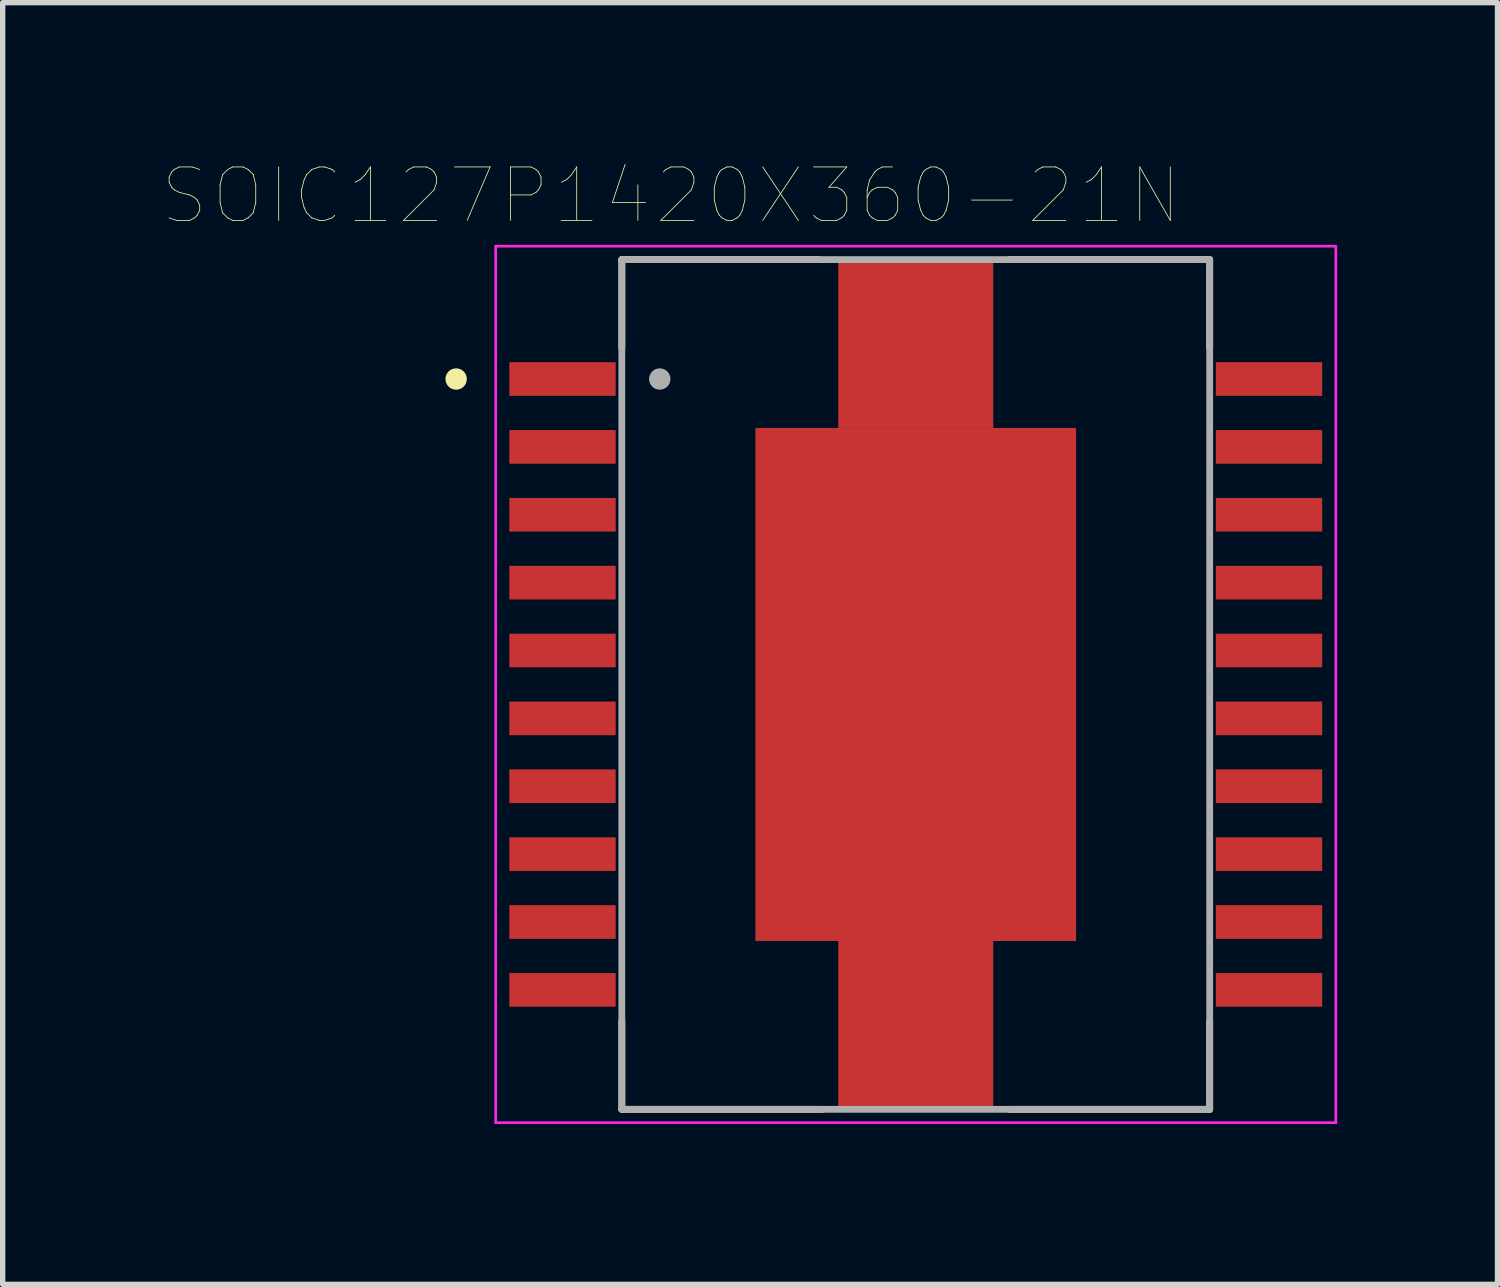
<source format=kicad_pcb>
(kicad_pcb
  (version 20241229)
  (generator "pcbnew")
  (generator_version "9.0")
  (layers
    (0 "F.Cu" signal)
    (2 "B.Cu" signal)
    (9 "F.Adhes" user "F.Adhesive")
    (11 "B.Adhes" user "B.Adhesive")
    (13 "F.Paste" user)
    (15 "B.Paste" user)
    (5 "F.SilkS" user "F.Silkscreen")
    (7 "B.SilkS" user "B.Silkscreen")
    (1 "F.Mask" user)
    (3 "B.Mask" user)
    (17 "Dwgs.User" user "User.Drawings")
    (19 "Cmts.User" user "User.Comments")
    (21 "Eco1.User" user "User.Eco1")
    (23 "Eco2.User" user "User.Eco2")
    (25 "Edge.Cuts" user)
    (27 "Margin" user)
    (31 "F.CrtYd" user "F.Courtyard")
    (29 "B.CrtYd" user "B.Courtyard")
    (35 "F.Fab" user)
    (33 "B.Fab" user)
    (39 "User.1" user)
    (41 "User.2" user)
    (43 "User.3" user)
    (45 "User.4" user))
  (footprint "SOIC127P1420X360-21N"
    (layer "F.Cu")
    (at 14.085 9.757)
    (property "Reference" "SOIC127P1420X360-21N" (at -4.58 -9.145 0) (layer "F.SilkS") (effects (font (size 1.001 1.001) (thickness 0.015))))
    (attr through_hole)
    (fp_line (start -5.5 -7.95) (end -1.8 -7.95) (stroke (width 0.127) (type solid)) (layer "F.SilkS"))
    (fp_line (start -5.5 -6.3) (end -5.5 -7.95) (stroke (width 0.127) (type solid)) (layer "F.SilkS"))
    (fp_line (start -5.5 6.3) (end -5.5 7.95) (stroke (width 0.127) (type solid)) (layer "F.SilkS"))
    (fp_line (start -5.5 7.95) (end -1.75 7.95) (stroke (width 0.127) (type solid)) (layer "F.SilkS"))
    (fp_line (start 1.75 -7.95) (end 5.5 -7.95) (stroke (width 0.127) (type solid)) (layer "F.SilkS"))
    (fp_line (start 1.75 7.95) (end 5.5 7.95) (stroke (width 0.127) (type solid)) (layer "F.SilkS"))
    (fp_line (start 5.5 -7.95) (end 5.5 -6.3) (stroke (width 0.127) (type solid)) (layer "F.SilkS"))
    (fp_line (start 5.5 7.95) (end 5.5 6.3) (stroke (width 0.127) (type solid)) (layer "F.SilkS"))
    (fp_circle (center -8.6 -5.715) (end -8.5 -5.715) (stroke (width 0.2) (type solid)) (fill no) (layer "F.SilkS"))
    (fp_poly (pts (xy -1.903 -3.04) (xy 1.9 -3.04) (xy 1.9 3.045) (xy -1.903 3.045)) (stroke (width 0.01) (type solid)) (fill yes) (layer "F.Paste"))
    (fp_line (start -7.86 -8.2) (end -7.86 8.2) (stroke (width 0.05) (type solid)) (layer "F.CrtYd"))
    (fp_line (start -7.86 -8.2) (end 7.86 -8.2) (stroke (width 0.05) (type solid)) (layer "F.CrtYd"))
    (fp_line (start -7.86 8.2) (end 7.86 8.2) (stroke (width 0.05) (type solid)) (layer "F.CrtYd"))
    (fp_line (start 7.86 -8.2) (end 7.86 8.2) (stroke (width 0.05) (type solid)) (layer "F.CrtYd"))
    (fp_line (start -5.5 -7.95) (end -5.5 7.95) (stroke (width 0.127) (type solid)) (layer "F.Fab"))
    (fp_line (start -5.5 -7.95) (end 5.5 -7.95) (stroke (width 0.127) (type solid)) (layer "F.Fab"))
    (fp_line (start -5.5 7.95) (end 5.5 7.95) (stroke (width 0.127) (type solid)) (layer "F.Fab"))
    (fp_line (start 5.5 -7.95) (end 5.5 7.95) (stroke (width 0.127) (type solid)) (layer "F.Fab"))
    (fp_circle (center -4.79 -5.715) (end -4.69 -5.715) (stroke (width 0.2) (type solid)) (fill no) (layer "F.Fab"))
    (pad "1" smd rect (at -6.61 -5.715) (size 1.99 0.63) (layers "F.Cu" "F.Mask" "F.Paste"))
    (pad "2" smd rect (at -6.61 -4.445) (size 1.99 0.63) (layers "F.Cu" "F.Mask" "F.Paste"))
    (pad "3" smd rect (at -6.61 -3.175) (size 1.99 0.63) (layers "F.Cu" "F.Mask" "F.Paste"))
    (pad "4" smd rect (at -6.61 -1.905) (size 1.99 0.63) (layers "F.Cu" "F.Mask" "F.Paste"))
    (pad "5" smd rect (at -6.61 -0.635) (size 1.99 0.63) (layers "F.Cu" "F.Mask" "F.Paste"))
    (pad "6" smd rect (at -6.61 0.635) (size 1.99 0.63) (layers "F.Cu" "F.Mask" "F.Paste"))
    (pad "7" smd rect (at -6.61 1.905) (size 1.99 0.63) (layers "F.Cu" "F.Mask" "F.Paste"))
    (pad "8" smd rect (at -6.61 3.175) (size 1.99 0.63) (layers "F.Cu" "F.Mask" "F.Paste"))
    (pad "9" smd rect (at -6.61 4.445) (size 1.99 0.63) (layers "F.Cu" "F.Mask" "F.Paste"))
    (pad "10" smd rect (at -6.61 5.715) (size 1.99 0.63) (layers "F.Cu" "F.Mask" "F.Paste"))
    (pad "11" smd rect (at 6.61 5.715) (size 1.99 0.63) (layers "F.Cu" "F.Mask" "F.Paste"))
    (pad "12" smd rect (at 6.61 4.445) (size 1.99 0.63) (layers "F.Cu" "F.Mask" "F.Paste"))
    (pad "13" smd rect (at 6.61 3.175) (size 1.99 0.63) (layers "F.Cu" "F.Mask" "F.Paste"))
    (pad "14" smd rect (at 6.61 1.905) (size 1.99 0.63) (layers "F.Cu" "F.Mask" "F.Paste"))
    (pad "15" smd rect (at 6.61 0.635) (size 1.99 0.63) (layers "F.Cu" "F.Mask" "F.Paste"))
    (pad "16" smd rect (at 6.61 -0.635) (size 1.99 0.63) (layers "F.Cu" "F.Mask" "F.Paste"))
    (pad "17" smd rect (at 6.61 -1.905) (size 1.99 0.63) (layers "F.Cu" "F.Mask" "F.Paste"))
    (pad "18" smd rect (at 6.61 -3.175) (size 1.99 0.63) (layers "F.Cu" "F.Mask" "F.Paste"))
    (pad "19" smd rect (at 6.61 -4.445) (size 1.99 0.63) (layers "F.Cu" "F.Mask" "F.Paste"))
    (pad "20" smd rect (at 6.61 -5.715) (size 1.99 0.63) (layers "F.Cu" "F.Mask" "F.Paste"))
    (pad "21" smd rect (at 0 0) (size 6 9.6) (layers "F.Cu" "F.Mask"))
    (pad "22" smd rect (at 0 -6.375) (size 2.9 3.15) (layers "F.Cu" "F.Mask"))
    (pad "23" smd rect (at 0 6.375) (size 2.9 3.15) (layers "F.Cu" "F.Mask")))
  (gr_rect
    (start -3 -3)
    (end 24.97 20.982)
    (stroke (width 0.1) (type default))
    (fill no)
    (layer "Edge.Cuts")))
</source>
